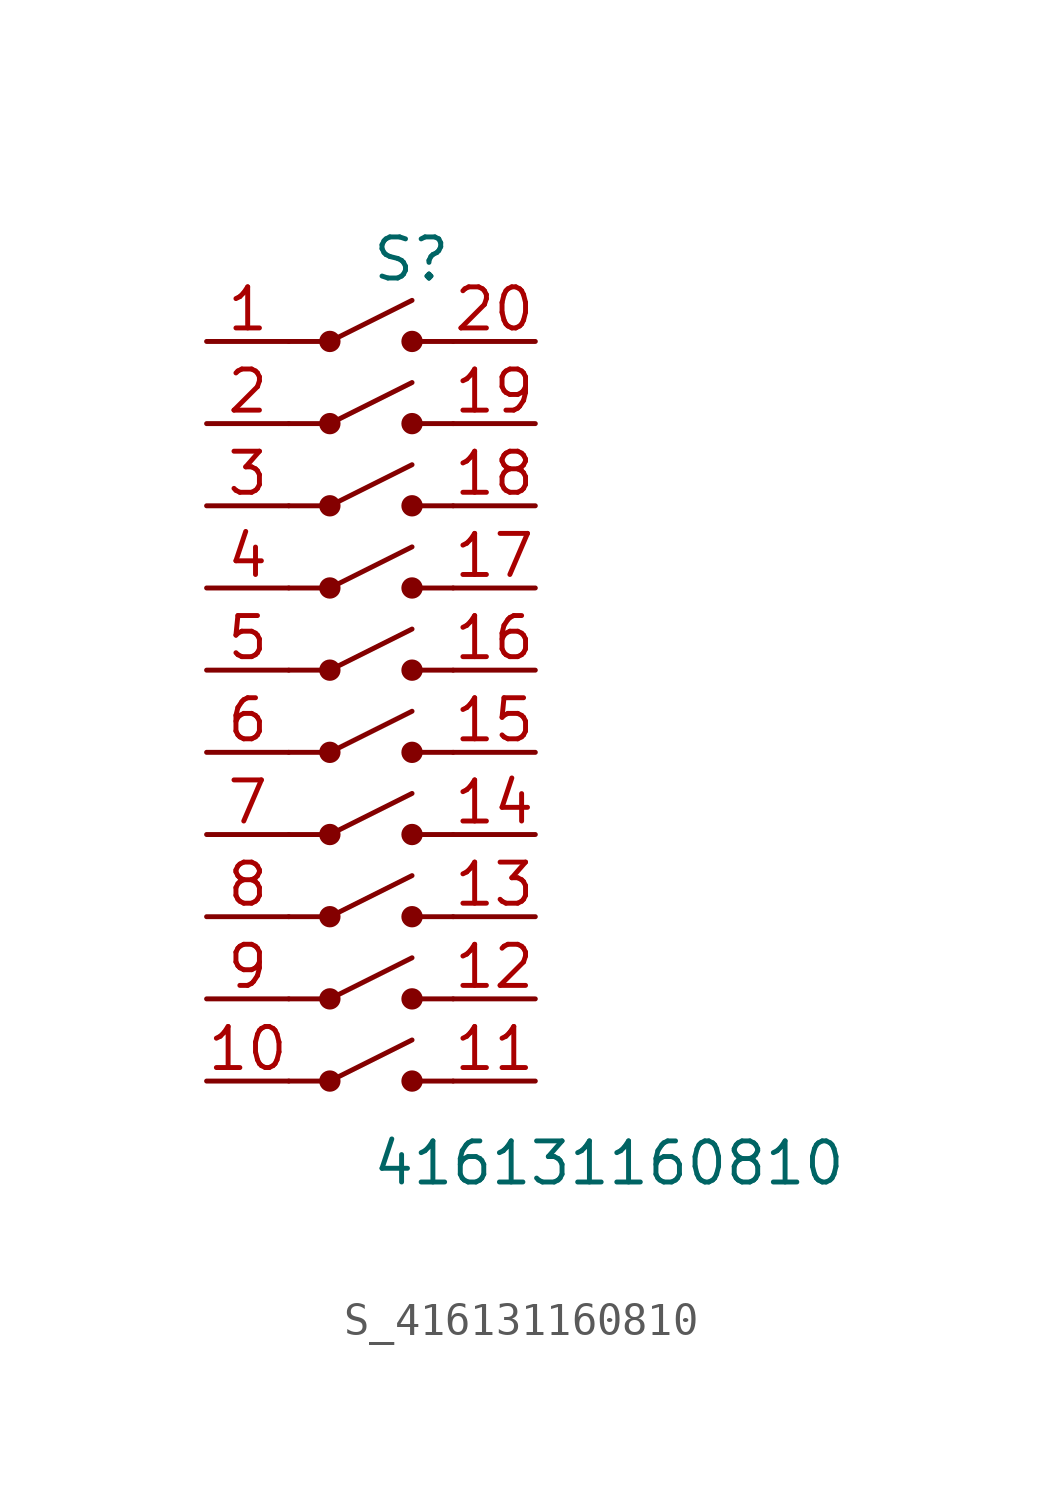
<source format=kicad_sym>
(kicad_symbol_lib
  (version 20231120)
  (generator kicad_symbol_editor)
  (generator_version 8.0)
  (symbol "S_416131160810"
    (pin_names
      (offset 0.254))
    (property "Reference" "S"
      (at 0.0 13.97 0)
      (effects (font (size 1.27 1.27)) (justify left)))
    (property "Value" "416131160810"
      (at 0.0 -13.97 0)
      (effects (font (size 1.27 1.27)) (justify left)))
    (symbol "S_416131160810_0_0"
      (pin unspecified line (at -5.08 11.43 0) (length 2.54) (name "" (effects (font (size 1.27 1.27)))) (number "1" (effects (font (size 1.27 1.27)))))
      (pin unspecified line (at -5.08 8.89 0) (length 2.54) (name "" (effects (font (size 1.27 1.27)))) (number "2" (effects (font (size 1.27 1.27)))))
      (pin unspecified line (at -5.08 6.35 0) (length 2.54) (name "" (effects (font (size 1.27 1.27)))) (number "3" (effects (font (size 1.27 1.27)))))
      (pin unspecified line (at -5.08 3.81 0) (length 2.54) (name "" (effects (font (size 1.27 1.27)))) (number "4" (effects (font (size 1.27 1.27)))))
      (pin unspecified line (at -5.08 1.27 0) (length 2.54) (name "" (effects (font (size 1.27 1.27)))) (number "5" (effects (font (size 1.27 1.27)))))
      (pin unspecified line (at -5.08 -1.27 0) (length 2.54) (name "" (effects (font (size 1.27 1.27)))) (number "6" (effects (font (size 1.27 1.27)))))
      (pin unspecified line (at -5.08 -3.81 0) (length 2.54) (name "" (effects (font (size 1.27 1.27)))) (number "7" (effects (font (size 1.27 1.27)))))
      (pin unspecified line (at -5.08 -6.35 0) (length 2.54) (name "" (effects (font (size 1.27 1.27)))) (number "8" (effects (font (size 1.27 1.27)))))
      (pin unspecified line (at -5.08 -8.89 0) (length 2.54) (name "" (effects (font (size 1.27 1.27)))) (number "9" (effects (font (size 1.27 1.27)))))
      (pin unspecified line (at -5.08 -11.43 0) (length 2.54) (name "" (effects (font (size 1.27 1.27)))) (number "10" (effects (font (size 1.27 1.27)))))
      (pin unspecified line (at 5.08 11.43 180) (length 2.54) (name "" (effects (font (size 1.27 1.27)))) (number "20" (effects (font (size 1.27 1.27)))))
      (pin unspecified line (at 5.08 8.89 180) (length 2.54) (name "" (effects (font (size 1.27 1.27)))) (number "19" (effects (font (size 1.27 1.27)))))
      (pin unspecified line (at 5.08 6.35 180) (length 2.54) (name "" (effects (font (size 1.27 1.27)))) (number "18" (effects (font (size 1.27 1.27)))))
      (pin unspecified line (at 5.08 3.81 180) (length 2.54) (name "" (effects (font (size 1.27 1.27)))) (number "17" (effects (font (size 1.27 1.27)))))
      (pin unspecified line (at 5.08 1.27 180) (length 2.54) (name "" (effects (font (size 1.27 1.27)))) (number "16" (effects (font (size 1.27 1.27)))))
      (pin unspecified line (at 5.08 -1.27 180) (length 2.54) (name "" (effects (font (size 1.27 1.27)))) (number "15" (effects (font (size 1.27 1.27)))))
      (pin unspecified line (at 5.08 -3.81 180) (length 2.54) (name "" (effects (font (size 1.27 1.27)))) (number "14" (effects (font (size 1.27 1.27)))))
      (pin unspecified line (at 5.08 -6.35 180) (length 2.54) (name "" (effects (font (size 1.27 1.27)))) (number "13" (effects (font (size 1.27 1.27)))))
      (pin unspecified line (at 5.08 -8.89 180) (length 2.54) (name "" (effects (font (size 1.27 1.27)))) (number "12" (effects (font (size 1.27 1.27)))))
      (pin unspecified line (at 5.08 -11.43 180) (length 2.54) (name "" (effects (font (size 1.27 1.27)))) (number "11" (effects (font (size 1.27 1.27)))))
      (polyline (pts (xy -2.54 11.43) (xy -1.27 11.43) (xy 1.27 12.7)) (stroke (width 0) (type default)) (fill (type none)))
      (circle (center -1.27 11.43) (radius 0.254) (stroke (width 0) (type solid)) (fill (type outline)))
      (circle (center 1.27 11.43) (radius 0.254) (stroke (width 0) (type solid)) (fill (type outline)))
      (polyline (pts (xy 2.54 11.43) (xy 1.27 11.43)) (stroke (width 0) (type default)) (fill (type none)))
      (polyline (pts (xy -2.54 8.89) (xy -1.27 8.89) (xy 1.27 10.16)) (stroke (width 0) (type default)) (fill (type none)))
      (circle (center -1.27 8.89) (radius 0.254) (stroke (width 0) (type solid)) (fill (type outline)))
      (circle (center 1.27 8.89) (radius 0.254) (stroke (width 0) (type solid)) (fill (type outline)))
      (polyline (pts (xy 2.54 8.89) (xy 1.27 8.89)) (stroke (width 0) (type default)) (fill (type none)))
      (polyline (pts (xy -2.54 6.35) (xy -1.27 6.35) (xy 1.27 7.62)) (stroke (width 0) (type default)) (fill (type none)))
      (circle (center -1.27 6.35) (radius 0.254) (stroke (width 0) (type solid)) (fill (type outline)))
      (circle (center 1.27 6.35) (radius 0.254) (stroke (width 0) (type solid)) (fill (type outline)))
      (polyline (pts (xy 2.54 6.35) (xy 1.27 6.35)) (stroke (width 0) (type default)) (fill (type none)))
      (polyline (pts (xy -2.54 3.81) (xy -1.27 3.81) (xy 1.27 5.08)) (stroke (width 0) (type default)) (fill (type none)))
      (circle (center -1.27 3.81) (radius 0.254) (stroke (width 0) (type solid)) (fill (type outline)))
      (circle (center 1.27 3.81) (radius 0.254) (stroke (width 0) (type solid)) (fill (type outline)))
      (polyline (pts (xy 2.54 3.81) (xy 1.27 3.81)) (stroke (width 0) (type default)) (fill (type none)))
      (polyline (pts (xy -2.54 1.27) (xy -1.27 1.27) (xy 1.27 2.54)) (stroke (width 0) (type default)) (fill (type none)))
      (circle (center -1.27 1.27) (radius 0.254) (stroke (width 0) (type solid)) (fill (type outline)))
      (circle (center 1.27 1.27) (radius 0.254) (stroke (width 0) (type solid)) (fill (type outline)))
      (polyline (pts (xy 2.54 1.27) (xy 1.27 1.27)) (stroke (width 0) (type default)) (fill (type none)))
      (polyline (pts (xy -2.54 -1.27) (xy -1.27 -1.27) (xy 1.27 4.440892098500626e-16)) (stroke (width 0) (type default)) (fill (type none)))
      (circle (center -1.27 -1.27) (radius 0.254) (stroke (width 0) (type solid)) (fill (type outline)))
      (circle (center 1.27 -1.27) (radius 0.254) (stroke (width 0) (type solid)) (fill (type outline)))
      (polyline (pts (xy 2.54 -1.27) (xy 1.27 -1.27)) (stroke (width 0) (type default)) (fill (type none)))
      (polyline (pts (xy -2.54 -3.81) (xy -1.27 -3.81) (xy 1.27 -2.54)) (stroke (width 0) (type default)) (fill (type none)))
      (circle (center -1.27 -3.81) (radius 0.254) (stroke (width 0) (type solid)) (fill (type outline)))
      (circle (center 1.27 -3.81) (radius 0.254) (stroke (width 0) (type solid)) (fill (type outline)))
      (polyline (pts (xy 2.54 -3.81) (xy 1.27 -3.81)) (stroke (width 0) (type default)) (fill (type none)))
      (polyline (pts (xy -2.54 -6.35) (xy -1.27 -6.35) (xy 1.27 -5.08)) (stroke (width 0) (type default)) (fill (type none)))
      (circle (center -1.27 -6.35) (radius 0.254) (stroke (width 0) (type solid)) (fill (type outline)))
      (circle (center 1.27 -6.35) (radius 0.254) (stroke (width 0) (type solid)) (fill (type outline)))
      (polyline (pts (xy 2.54 -6.35) (xy 1.27 -6.35)) (stroke (width 0) (type default)) (fill (type none)))
      (polyline (pts (xy -2.54 -8.89) (xy -1.27 -8.89) (xy 1.27 -7.62)) (stroke (width 0) (type default)) (fill (type none)))
      (circle (center -1.27 -8.89) (radius 0.254) (stroke (width 0) (type solid)) (fill (type outline)))
      (circle (center 1.27 -8.89) (radius 0.254) (stroke (width 0) (type solid)) (fill (type outline)))
      (polyline (pts (xy 2.54 -8.89) (xy 1.27 -8.89)) (stroke (width 0) (type default)) (fill (type none)))
      (polyline (pts (xy -2.54 -11.43) (xy -1.27 -11.43) (xy 1.27 -10.16)) (stroke (width 0) (type default)) (fill (type none)))
      (circle (center -1.27 -11.43) (radius 0.254) (stroke (width 0) (type solid)) (fill (type outline)))
      (circle (center 1.27 -11.43) (radius 0.254) (stroke (width 0) (type solid)) (fill (type outline)))
      (polyline (pts (xy 2.54 -11.43) (xy 1.27 -11.43)) (stroke (width 0) (type default)) (fill (type none))))
    (symbol "S_416131160810_1_0")))
</source>
